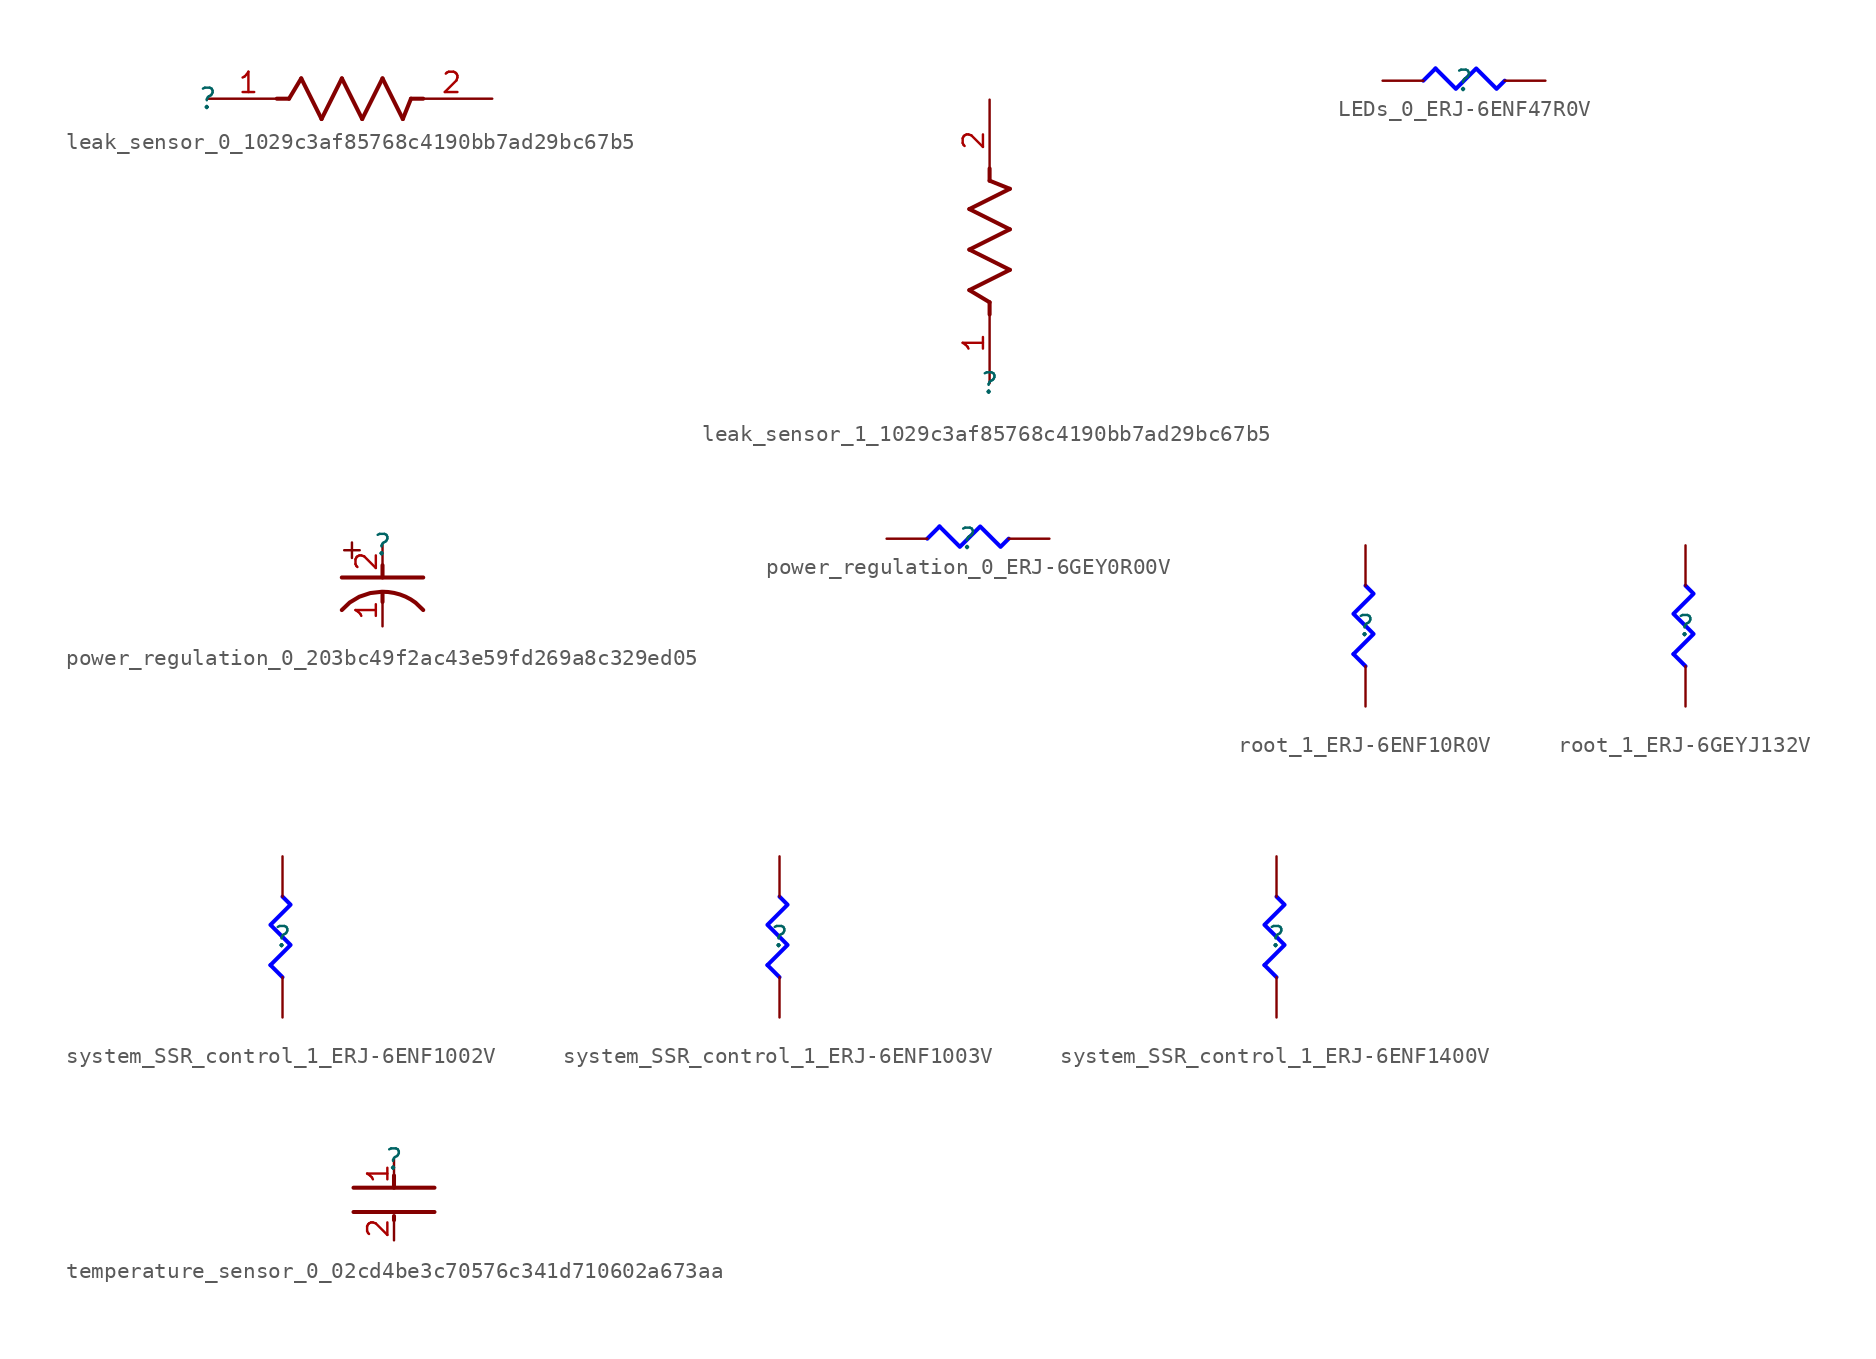
<source format=kicad_sym>
(kicad_symbol_lib
  (version 20220914)
  (generator kicad_symbol_editor)
  (symbol "leak_sensor_0_1029c3af85768c4190bb7ad29bc67b5"
    (property "Reference" ""
      (at 0 0 0)
      (effects (font (size 1.27 1.27))))
    (property "Value" ""
      (at 0 0 0)
      (effects (font (size 1.27 1.27))))
    (symbol "leak_sensor_0_1029c3af85768c4190bb7ad29bc67b5_1_0"
      (polyline (pts (xy 5.08 0) (xy 4.318 0)) (stroke (width 0.254) (type solid)) (fill (type none)))
      (polyline (pts (xy 5.08 0) (xy 5.842 1.27)) (stroke (width 0.254) (type solid)) (fill (type none)))
      (polyline (pts (xy 5.842 1.27) (xy 7.112 -1.27)) (stroke (width 0.254) (type solid)) (fill (type none)))
      (polyline (pts (xy 7.112 -1.27) (xy 8.382 1.27)) (stroke (width 0.254) (type solid)) (fill (type none)))
      (polyline (pts (xy 8.382 1.27) (xy 9.652 -1.27)) (stroke (width 0.254) (type solid)) (fill (type none)))
      (polyline (pts (xy 9.652 -1.27) (xy 10.922 1.27)) (stroke (width 0.254) (type solid)) (fill (type none)))
      (polyline (pts (xy 10.922 1.27) (xy 12.192 -1.27)) (stroke (width 0.254) (type solid)) (fill (type none)))
      (polyline (pts (xy 12.192 -1.27) (xy 12.7 0)) (stroke (width 0.254) (type solid)) (fill (type none)))
      (polyline (pts (xy 12.7 0) (xy 13.462 0)) (stroke (width 0.254) (type solid)) (fill (type none)))
      (pin passive line (at 0 0 0) (length 5.08) (name "1" (effects (font (size 0 0)))) (number "1" (effects (font (size 1.27 1.27)))))
      (pin passive line (at 17.78 0 180) (length 5.08) (name "2" (effects (font (size 0 0)))) (number "2" (effects (font (size 1.27 1.27)))))))
  (symbol "leak_sensor_1_1029c3af85768c4190bb7ad29bc67b5"
    (property "Reference" ""
      (at 0 0 0)
      (effects (font (size 1.27 1.27))))
    (property "Value" ""
      (at 0 0 0)
      (effects (font (size 1.27 1.27))))
    (symbol "leak_sensor_1_1029c3af85768c4190bb7ad29bc67b5_1_0"
      (polyline (pts (xy -1.27 5.842) (xy 1.27 7.112)) (stroke (width 0.254) (type solid)) (fill (type none)))
      (polyline (pts (xy -1.27 8.382) (xy 1.27 9.652)) (stroke (width 0.254) (type solid)) (fill (type none)))
      (polyline (pts (xy -1.27 10.922) (xy 1.27 12.192)) (stroke (width 0.254) (type solid)) (fill (type none)))
      (polyline (pts (xy 0 5.08) (xy -1.27 5.842)) (stroke (width 0.254) (type solid)) (fill (type none)))
      (polyline (pts (xy 0 5.08) (xy 0 4.318)) (stroke (width 0.254) (type solid)) (fill (type none)))
      (polyline (pts (xy 0 12.7) (xy 0 13.462)) (stroke (width 0.254) (type solid)) (fill (type none)))
      (polyline (pts (xy 1.27 7.112) (xy -1.27 8.382)) (stroke (width 0.254) (type solid)) (fill (type none)))
      (polyline (pts (xy 1.27 9.652) (xy -1.27 10.922)) (stroke (width 0.254) (type solid)) (fill (type none)))
      (polyline (pts (xy 1.27 12.192) (xy 0 12.7)) (stroke (width 0.254) (type solid)) (fill (type none)))
      (pin passive line (at 0 0 90) (length 5.08) (name "1" (effects (font (size 0 0)))) (number "1" (effects (font (size 1.27 1.27)))))
      (pin passive line (at 0 17.78 270) (length 5.08) (name "2" (effects (font (size 0 0)))) (number "2" (effects (font (size 1.27 1.27)))))))
  (symbol "LEDs_0_ERJ-6ENF47R0V"
    (property "Reference" ""
      (at 0 0 0)
      (effects (font (size 1.27 1.27))))
    (property "Value" ""
      (at 0 0 0)
      (effects (font (size 1.27 1.27))))
    (symbol "LEDs_0_ERJ-6ENF47R0V_1_0"
      (polyline (pts (xy -1.778 0.762) (xy -2.54 0)) (stroke (width 0.254) (type solid) (color 0 0 255 1)) (fill (type none)))
      (polyline (pts (xy -1.778 0.762) (xy -0.508 -0.508) (xy 0.762 0.762) (xy 2.032 -0.508) (xy 2.54 0)) (stroke (width 0.254) (type solid) (color 0 0 255 1)) (fill (type none)))
      (pin passive line (at -5.08 0 0) (length 2.54) (name "1" (effects (font (size 0 0)))) (number "1" (effects (font (size 0 0)))))
      (pin passive line (at 5.08 0 180) (length 2.54) (name "2" (effects (font (size 0 0)))) (number "2" (effects (font (size 0 0)))))))
  (symbol "power_regulation_0_203bc49f2ac43e59fd269a8c329ed05"
    (property "Reference" ""
      (at 0 0 0)
      (effects (font (size 1.27 1.27))))
    (property "Value" ""
      (at 0 0 0)
      (effects (font (size 1.27 1.27))))
    (symbol "power_regulation_0_203bc49f2ac43e59fd269a8c329ed05_1_0"
      (bezier (pts (xy -2.54 -4.064) (xy -1.27 -2.54) (xy 1.27 -2.54) (xy 2.54 -4.064)) (stroke (width 0.254) (type solid)) (fill (type none)))
      (polyline (pts (xy -2.54 -2.032) (xy 2.54 -2.032)) (stroke (width 0.254) (type solid)) (fill (type none)))
      (polyline (pts (xy 0 -3.048) (xy 0 -3.556)) (stroke (width 0.254) (type solid)) (fill (type none)))
      (polyline (pts (xy 0 -2.032) (xy 0 -1.27)) (stroke (width 0.254) (type solid)) (fill (type none)))
      (text "+" (at -2.794 0.508 0) (effects (font (size 1.27 1.27)) (justify left top)))
      (pin passive line (at 0 -5.08 90) (length 2.032) (name "C" (effects (font (size 0 0)))) (number "1" (effects (font (size 1.27 1.27)))))
      (pin passive line (at 0 0 270) (length 2.032) (name "A" (effects (font (size 0 0)))) (number "2" (effects (font (size 1.27 1.27)))))))
  (symbol "power_regulation_0_ERJ-6GEY0R00V"
    (property "Reference" ""
      (at 0 0 0)
      (effects (font (size 1.27 1.27))))
    (property "Value" ""
      (at 0 0 0)
      (effects (font (size 1.27 1.27))))
    (symbol "power_regulation_0_ERJ-6GEY0R00V_1_0"
      (polyline (pts (xy -1.778 0.762) (xy -2.54 0)) (stroke (width 0.254) (type solid) (color 0 0 255 1)) (fill (type none)))
      (polyline (pts (xy -1.778 0.762) (xy -0.508 -0.508) (xy 0.762 0.762) (xy 2.032 -0.508) (xy 2.54 0)) (stroke (width 0.254) (type solid) (color 0 0 255 1)) (fill (type none)))
      (pin passive line (at -5.08 0 0) (length 2.54) (name "1" (effects (font (size 0 0)))) (number "1" (effects (font (size 0 0)))))
      (pin passive line (at 5.08 0 180) (length 2.54) (name "2" (effects (font (size 0 0)))) (number "2" (effects (font (size 0 0)))))))
  (symbol "root_1_ERJ-6ENF10R0V"
    (property "Reference" ""
      (at 0 0 0)
      (effects (font (size 1.27 1.27))))
    (property "Value" ""
      (at 0 0 0)
      (effects (font (size 1.27 1.27))))
    (symbol "root_1_ERJ-6ENF10R0V_1_0"
      (polyline (pts (xy -0.762 -1.778) (xy 0 -2.54)) (stroke (width 0.254) (type solid) (color 0 0 255 1)) (fill (type none)))
      (polyline (pts (xy -0.762 -1.778) (xy 0.508 -0.508) (xy -0.762 0.762) (xy 0.508 2.032) (xy 0 2.54)) (stroke (width 0.254) (type solid) (color 0 0 255 1)) (fill (type none)))
      (pin passive line (at 0 -5.08 90) (length 2.54) (name "1" (effects (font (size 0 0)))) (number "1" (effects (font (size 0 0)))))
      (pin passive line (at 0 5.08 270) (length 2.54) (name "2" (effects (font (size 0 0)))) (number "2" (effects (font (size 0 0)))))))
  (symbol "root_1_ERJ-6GEYJ132V"
    (property "Reference" ""
      (at 0 0 0)
      (effects (font (size 1.27 1.27))))
    (property "Value" ""
      (at 0 0 0)
      (effects (font (size 1.27 1.27))))
    (symbol "root_1_ERJ-6GEYJ132V_1_0"
      (polyline (pts (xy -0.762 -1.778) (xy 0 -2.54)) (stroke (width 0.254) (type solid) (color 0 0 255 1)) (fill (type none)))
      (polyline (pts (xy -0.762 -1.778) (xy 0.508 -0.508) (xy -0.762 0.762) (xy 0.508 2.032) (xy 0 2.54)) (stroke (width 0.254) (type solid) (color 0 0 255 1)) (fill (type none)))
      (pin passive line (at 0 -5.08 90) (length 2.54) (name "1" (effects (font (size 0 0)))) (number "1" (effects (font (size 0 0)))))
      (pin passive line (at 0 5.08 270) (length 2.54) (name "2" (effects (font (size 0 0)))) (number "2" (effects (font (size 0 0)))))))
  (symbol "system_SSR_control_1_ERJ-6ENF1002V"
    (property "Reference" ""
      (at 0 0 0)
      (effects (font (size 1.27 1.27))))
    (property "Value" ""
      (at 0 0 0)
      (effects (font (size 1.27 1.27))))
    (symbol "system_SSR_control_1_ERJ-6ENF1002V_1_0"
      (polyline (pts (xy -0.762 -1.778) (xy 0 -2.54)) (stroke (width 0.254) (type solid) (color 0 0 255 1)) (fill (type none)))
      (polyline (pts (xy -0.762 -1.778) (xy 0.508 -0.508) (xy -0.762 0.762) (xy 0.508 2.032) (xy 0 2.54)) (stroke (width 0.254) (type solid) (color 0 0 255 1)) (fill (type none)))
      (pin passive line (at 0 -5.08 90) (length 2.54) (name "1" (effects (font (size 0 0)))) (number "1" (effects (font (size 0 0)))))
      (pin passive line (at 0 5.08 270) (length 2.54) (name "2" (effects (font (size 0 0)))) (number "2" (effects (font (size 0 0)))))))
  (symbol "system_SSR_control_1_ERJ-6ENF1003V"
    (property "Reference" ""
      (at 0 0 0)
      (effects (font (size 1.27 1.27))))
    (property "Value" ""
      (at 0 0 0)
      (effects (font (size 1.27 1.27))))
    (symbol "system_SSR_control_1_ERJ-6ENF1003V_1_0"
      (polyline (pts (xy -0.762 -1.778) (xy 0 -2.54)) (stroke (width 0.254) (type solid) (color 0 0 255 1)) (fill (type none)))
      (polyline (pts (xy -0.762 -1.778) (xy 0.508 -0.508) (xy -0.762 0.762) (xy 0.508 2.032) (xy 0 2.54)) (stroke (width 0.254) (type solid) (color 0 0 255 1)) (fill (type none)))
      (pin passive line (at 0 -5.08 90) (length 2.54) (name "1" (effects (font (size 0 0)))) (number "1" (effects (font (size 0 0)))))
      (pin passive line (at 0 5.08 270) (length 2.54) (name "2" (effects (font (size 0 0)))) (number "2" (effects (font (size 0 0)))))))
  (symbol "system_SSR_control_1_ERJ-6ENF1400V"
    (property "Reference" ""
      (at 0 0 0)
      (effects (font (size 1.27 1.27))))
    (property "Value" ""
      (at 0 0 0)
      (effects (font (size 1.27 1.27))))
    (symbol "system_SSR_control_1_ERJ-6ENF1400V_1_0"
      (polyline (pts (xy -0.762 -1.778) (xy 0 -2.54)) (stroke (width 0.254) (type solid) (color 0 0 255 1)) (fill (type none)))
      (polyline (pts (xy -0.762 -1.778) (xy 0.508 -0.508) (xy -0.762 0.762) (xy 0.508 2.032) (xy 0 2.54)) (stroke (width 0.254) (type solid) (color 0 0 255 1)) (fill (type none)))
      (pin passive line (at 0 -5.08 90) (length 2.54) (name "1" (effects (font (size 0 0)))) (number "1" (effects (font (size 0 0)))))
      (pin passive line (at 0 5.08 270) (length 2.54) (name "2" (effects (font (size 0 0)))) (number "2" (effects (font (size 0 0)))))))
  (symbol "temperature_sensor_0_02cd4be3c70576c341d710602a673aa"
    (property "Reference" ""
      (at 0 0 0)
      (effects (font (size 1.27 1.27))))
    (property "Value" ""
      (at 0 0 0)
      (effects (font (size 1.27 1.27))))
    (symbol "temperature_sensor_0_02cd4be3c70576c341d710602a673aa_1_0"
      (polyline (pts (xy 0 -3.556) (xy 0 -3.81)) (stroke (width 0.254) (type solid)) (fill (type none)))
      (polyline (pts (xy 0 -1.778) (xy 0 -1.016)) (stroke (width 0.254) (type solid)) (fill (type none)))
      (polyline (pts (xy 2.54 -3.302) (xy -2.54 -3.302)) (stroke (width 0.254) (type solid)) (fill (type none)))
      (polyline (pts (xy 2.54 -1.778) (xy -2.54 -1.778)) (stroke (width 0.254) (type solid)) (fill (type none)))
      (pin passive line (at 0 0 270) (length 1.778) (name "1" (effects (font (size 0 0)))) (number "1" (effects (font (size 1.27 1.27)))))
      (pin passive line (at 0 -5.08 90) (length 1.524) (name "2" (effects (font (size 0 0)))) (number "2" (effects (font (size 1.27 1.27))))))))
</source>
